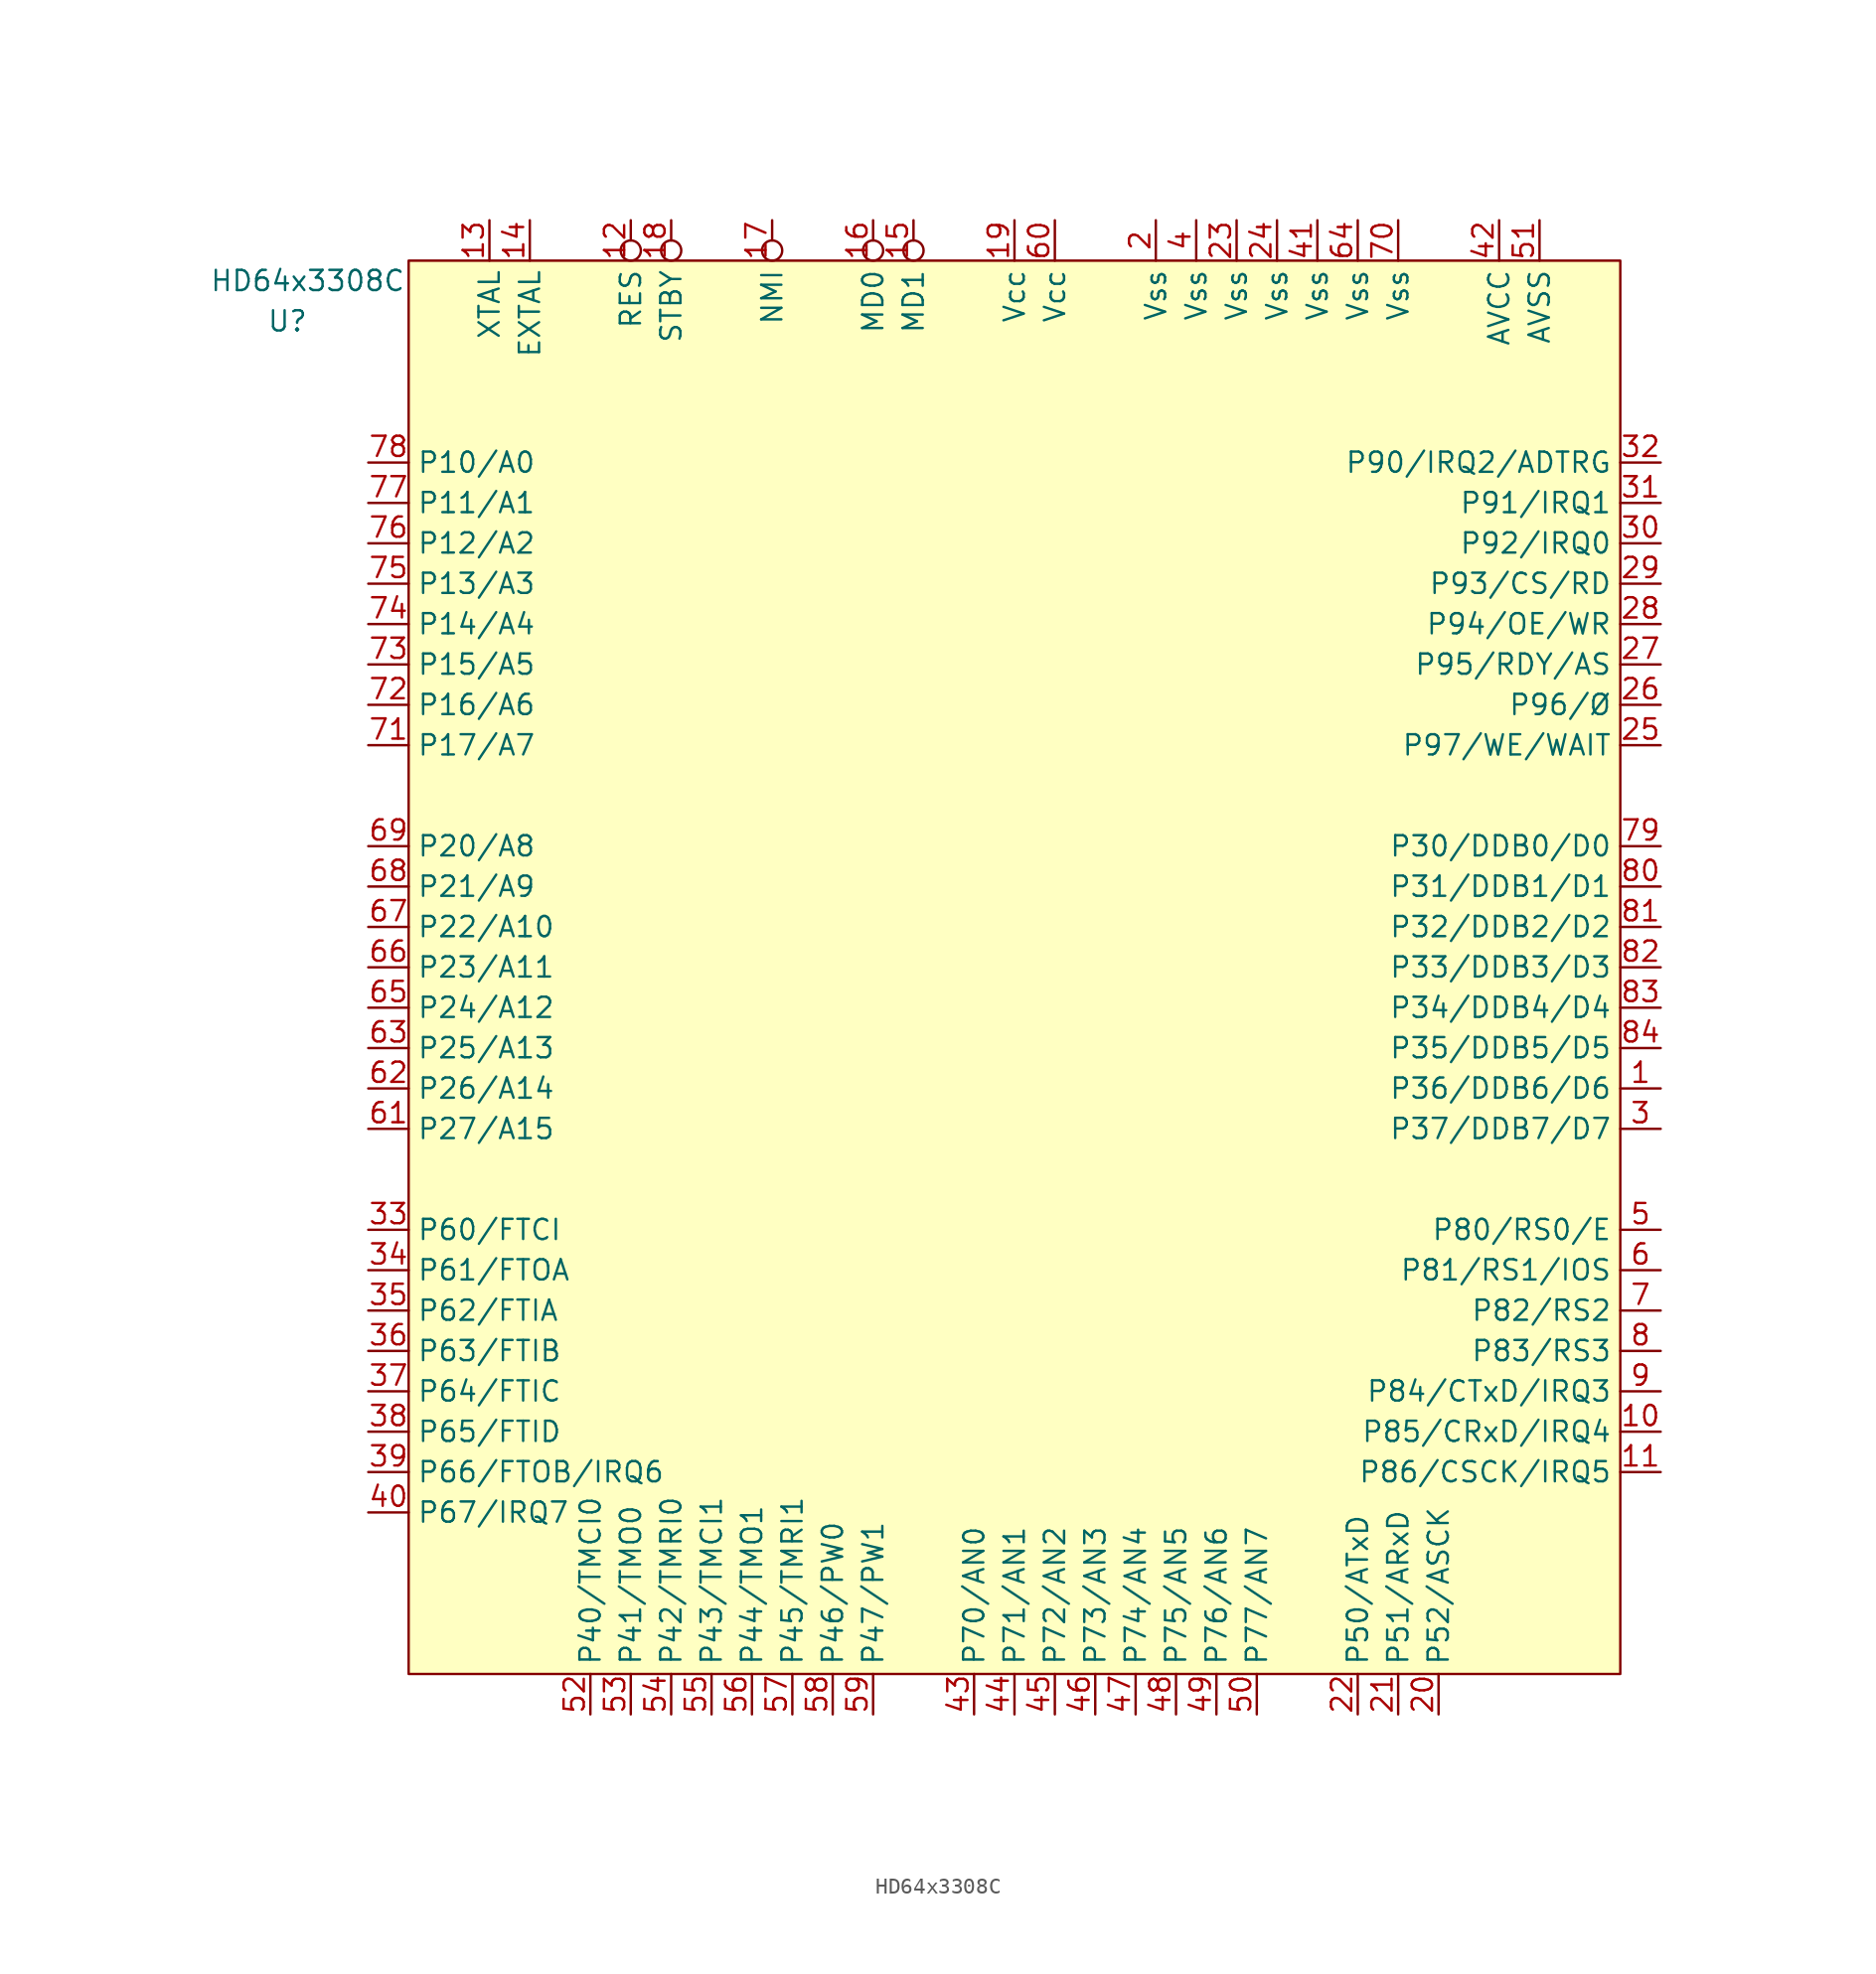
<source format=kicad_sym>
(kicad_symbol_lib
  (version 20220914)
  (generator kicad_symbol_editor)
  (symbol "HD64x3308C"
    (property "Reference" "U"
      (at -45.72 40.64 0)
      (effects (font (size 1.27 1.27))))
    (property "Value" "HD64x3308C"
      (at -44.45 43.18 0)
      (effects (font (size 1.27 1.27))))
    (symbol "HD64x3308C_0_1"
      (rectangle (start -38.1 44.45) (end 38.1 -44.45) (stroke (width 0) (type default)) (fill (type background))))
    (symbol "HD64x3308C_1_1"
      (pin input line (at 40.64 -7.62 180) (length 2.54) (name "P36/DDB6/D6" (effects (font (size 1.27 1.27)))) (number "1" (effects (font (size 1.27 1.27)))))
      (pin input line (at 40.64 -29.21 180) (length 2.54) (name "P85/CRxD/IRQ4" (effects (font (size 1.27 1.27)))) (number "10" (effects (font (size 1.27 1.27)))))
      (pin input line (at 40.64 -31.75 180) (length 2.54) (name "P86/CSCK/IRQ5" (effects (font (size 1.27 1.27)))) (number "11" (effects (font (size 1.27 1.27)))))
      (pin input inverted (at -24.13 46.99 270) (length 2.54) (name "RES" (effects (font (size 1.27 1.27)))) (number "12" (effects (font (size 1.27 1.27)))))
      (pin input line (at -33.02 46.99 270) (length 2.54) (name "XTAL" (effects (font (size 1.27 1.27)))) (number "13" (effects (font (size 1.27 1.27)))))
      (pin input line (at -30.48 46.99 270) (length 2.54) (name "EXTAL" (effects (font (size 1.27 1.27)))) (number "14" (effects (font (size 1.27 1.27)))))
      (pin input inverted (at -6.35 46.99 270) (length 2.54) (name "MD1" (effects (font (size 1.27 1.27)))) (number "15" (effects (font (size 1.27 1.27)))))
      (pin input inverted (at -8.89 46.99 270) (length 2.54) (name "MD0" (effects (font (size 1.27 1.27)))) (number "16" (effects (font (size 1.27 1.27)))))
      (pin input inverted (at -15.24 46.99 270) (length 2.54) (name "NMI" (effects (font (size 1.27 1.27)))) (number "17" (effects (font (size 1.27 1.27)))))
      (pin input inverted (at -21.59 46.99 270) (length 2.54) (name "STBY" (effects (font (size 1.27 1.27)))) (number "18" (effects (font (size 1.27 1.27)))))
      (pin power_in line (at 0 46.99 270) (length 2.54) (name "Vcc" (effects (font (size 1.27 1.27)))) (number "19" (effects (font (size 1.27 1.27)))))
      (pin power_in line (at 8.89 46.99 270) (length 2.54) (name "Vss" (effects (font (size 1.27 1.27)))) (number "2" (effects (font (size 1.27 1.27)))))
      (pin input line (at 26.67 -46.99 90) (length 2.54) (name "P52/ASCK" (effects (font (size 1.27 1.27)))) (number "20" (effects (font (size 1.27 1.27)))))
      (pin input line (at 24.13 -46.99 90) (length 2.54) (name "P51/ARxD" (effects (font (size 1.27 1.27)))) (number "21" (effects (font (size 1.27 1.27)))))
      (pin input line (at 21.59 -46.99 90) (length 2.54) (name "P50/ATxD" (effects (font (size 1.27 1.27)))) (number "22" (effects (font (size 1.27 1.27)))))
      (pin power_in line (at 13.97 46.99 270) (length 2.54) (name "Vss" (effects (font (size 1.27 1.27)))) (number "23" (effects (font (size 1.27 1.27)))))
      (pin power_in line (at 16.51 46.99 270) (length 2.54) (name "Vss" (effects (font (size 1.27 1.27)))) (number "24" (effects (font (size 1.27 1.27)))))
      (pin input line (at 40.64 13.97 180) (length 2.54) (name "P97/WE/WAIT" (effects (font (size 1.27 1.27)))) (number "25" (effects (font (size 1.27 1.27)))))
      (pin input line (at 40.64 16.51 180) (length 2.54) (name "P96/Ø" (effects (font (size 1.27 1.27)))) (number "26" (effects (font (size 1.27 1.27)))))
      (pin input line (at 40.64 19.05 180) (length 2.54) (name "P95/RDY/AS" (effects (font (size 1.27 1.27)))) (number "27" (effects (font (size 1.27 1.27)))))
      (pin input line (at 40.64 21.59 180) (length 2.54) (name "P94/OE/WR" (effects (font (size 1.27 1.27)))) (number "28" (effects (font (size 1.27 1.27)))))
      (pin input line (at 40.64 24.13 180) (length 2.54) (name "P93/CS/RD" (effects (font (size 1.27 1.27)))) (number "29" (effects (font (size 1.27 1.27)))))
      (pin input line (at 40.64 -10.16 180) (length 2.54) (name "P37/DDB7/D7" (effects (font (size 1.27 1.27)))) (number "3" (effects (font (size 1.27 1.27)))))
      (pin input line (at 40.64 26.67 180) (length 2.54) (name "P92/IRQ0" (effects (font (size 1.27 1.27)))) (number "30" (effects (font (size 1.27 1.27)))))
      (pin input line (at 40.64 29.21 180) (length 2.54) (name "P91/IRQ1" (effects (font (size 1.27 1.27)))) (number "31" (effects (font (size 1.27 1.27)))))
      (pin input line (at 40.64 31.75 180) (length 2.54) (name "P90/IRQ2/ADTRG" (effects (font (size 1.27 1.27)))) (number "32" (effects (font (size 1.27 1.27)))))
      (pin input line (at -40.64 -16.51 0) (length 2.54) (name "P60/FTCI" (effects (font (size 1.27 1.27)))) (number "33" (effects (font (size 1.27 1.27)))))
      (pin input line (at -40.64 -19.05 0) (length 2.54) (name "P61/FTOA" (effects (font (size 1.27 1.27)))) (number "34" (effects (font (size 1.27 1.27)))))
      (pin input line (at -40.64 -21.59 0) (length 2.54) (name "P62/FTIA" (effects (font (size 1.27 1.27)))) (number "35" (effects (font (size 1.27 1.27)))))
      (pin input line (at -40.64 -24.13 0) (length 2.54) (name "P63/FTIB" (effects (font (size 1.27 1.27)))) (number "36" (effects (font (size 1.27 1.27)))))
      (pin input line (at -40.64 -26.67 0) (length 2.54) (name "P64/FTIC" (effects (font (size 1.27 1.27)))) (number "37" (effects (font (size 1.27 1.27)))))
      (pin input line (at -40.64 -29.21 0) (length 2.54) (name "P65/FTID" (effects (font (size 1.27 1.27)))) (number "38" (effects (font (size 1.27 1.27)))))
      (pin input line (at -40.64 -31.75 0) (length 2.54) (name "P66/FTOB/IRQ6" (effects (font (size 1.27 1.27)))) (number "39" (effects (font (size 1.27 1.27)))))
      (pin power_in line (at 11.43 46.99 270) (length 2.54) (name "Vss" (effects (font (size 1.27 1.27)))) (number "4" (effects (font (size 1.27 1.27)))))
      (pin input line (at -40.64 -34.29 0) (length 2.54) (name "P67/IRQ7" (effects (font (size 1.27 1.27)))) (number "40" (effects (font (size 1.27 1.27)))))
      (pin power_in line (at 19.05 46.99 270) (length 2.54) (name "Vss" (effects (font (size 1.27 1.27)))) (number "41" (effects (font (size 1.27 1.27)))))
      (pin input line (at 30.48 46.99 270) (length 2.54) (name "AVCC" (effects (font (size 1.27 1.27)))) (number "42" (effects (font (size 1.27 1.27)))))
      (pin input line (at -2.54 -46.99 90) (length 2.54) (name "P70/AN0" (effects (font (size 1.27 1.27)))) (number "43" (effects (font (size 1.27 1.27)))))
      (pin input line (at 0 -46.99 90) (length 2.54) (name "P71/AN1" (effects (font (size 1.27 1.27)))) (number "44" (effects (font (size 1.27 1.27)))))
      (pin input line (at 2.54 -46.99 90) (length 2.54) (name "P72/AN2" (effects (font (size 1.27 1.27)))) (number "45" (effects (font (size 1.27 1.27)))))
      (pin input line (at 5.08 -46.99 90) (length 2.54) (name "P73/AN3" (effects (font (size 1.27 1.27)))) (number "46" (effects (font (size 1.27 1.27)))))
      (pin input line (at 7.62 -46.99 90) (length 2.54) (name "P74/AN4" (effects (font (size 1.27 1.27)))) (number "47" (effects (font (size 1.27 1.27)))))
      (pin input line (at 10.16 -46.99 90) (length 2.54) (name "P75/AN5" (effects (font (size 1.27 1.27)))) (number "48" (effects (font (size 1.27 1.27)))))
      (pin input line (at 12.7 -46.99 90) (length 2.54) (name "P76/AN6" (effects (font (size 1.27 1.27)))) (number "49" (effects (font (size 1.27 1.27)))))
      (pin input line (at 40.64 -16.51 180) (length 2.54) (name "P80/RS0/E" (effects (font (size 1.27 1.27)))) (number "5" (effects (font (size 1.27 1.27)))))
      (pin input line (at 15.24 -46.99 90) (length 2.54) (name "P77/AN7" (effects (font (size 1.27 1.27)))) (number "50" (effects (font (size 1.27 1.27)))))
      (pin input line (at 33.02 46.99 270) (length 2.54) (name "AVSS" (effects (font (size 1.27 1.27)))) (number "51" (effects (font (size 1.27 1.27)))))
      (pin input line (at -26.67 -46.99 90) (length 2.54) (name "P40/TMCI0" (effects (font (size 1.27 1.27)))) (number "52" (effects (font (size 1.27 1.27)))))
      (pin input line (at -24.13 -46.99 90) (length 2.54) (name "P41/TMO0" (effects (font (size 1.27 1.27)))) (number "53" (effects (font (size 1.27 1.27)))))
      (pin input line (at -21.59 -46.99 90) (length 2.54) (name "P42/TMRI0" (effects (font (size 1.27 1.27)))) (number "54" (effects (font (size 1.27 1.27)))))
      (pin input line (at -19.05 -46.99 90) (length 2.54) (name "P43/TMCI1" (effects (font (size 1.27 1.27)))) (number "55" (effects (font (size 1.27 1.27)))))
      (pin input line (at -16.51 -46.99 90) (length 2.54) (name "P44/TMO1" (effects (font (size 1.27 1.27)))) (number "56" (effects (font (size 1.27 1.27)))))
      (pin input line (at -13.97 -46.99 90) (length 2.54) (name "P45/TMRI1" (effects (font (size 1.27 1.27)))) (number "57" (effects (font (size 1.27 1.27)))))
      (pin input line (at -11.43 -46.99 90) (length 2.54) (name "P46/PW0" (effects (font (size 1.27 1.27)))) (number "58" (effects (font (size 1.27 1.27)))))
      (pin input line (at -8.89 -46.99 90) (length 2.54) (name "P47/PW1" (effects (font (size 1.27 1.27)))) (number "59" (effects (font (size 1.27 1.27)))))
      (pin input line (at 40.64 -19.05 180) (length 2.54) (name "P81/RS1/IOS" (effects (font (size 1.27 1.27)))) (number "6" (effects (font (size 1.27 1.27)))))
      (pin power_in line (at 2.54 46.99 270) (length 2.54) (name "Vcc" (effects (font (size 1.27 1.27)))) (number "60" (effects (font (size 1.27 1.27)))))
      (pin input line (at -40.64 -10.16 0) (length 2.54) (name "P27/A15" (effects (font (size 1.27 1.27)))) (number "61" (effects (font (size 1.27 1.27)))))
      (pin input line (at -40.64 -7.62 0) (length 2.54) (name "P26/A14" (effects (font (size 1.27 1.27)))) (number "62" (effects (font (size 1.27 1.27)))))
      (pin input line (at -40.64 -5.08 0) (length 2.54) (name "P25/A13" (effects (font (size 1.27 1.27)))) (number "63" (effects (font (size 1.27 1.27)))))
      (pin power_in line (at 21.59 46.99 270) (length 2.54) (name "Vss" (effects (font (size 1.27 1.27)))) (number "64" (effects (font (size 1.27 1.27)))))
      (pin input line (at -40.64 -2.54 0) (length 2.54) (name "P24/A12" (effects (font (size 1.27 1.27)))) (number "65" (effects (font (size 1.27 1.27)))))
      (pin input line (at -40.64 0 0) (length 2.54) (name "P23/A11" (effects (font (size 1.27 1.27)))) (number "66" (effects (font (size 1.27 1.27)))))
      (pin input line (at -40.64 2.54 0) (length 2.54) (name "P22/A10" (effects (font (size 1.27 1.27)))) (number "67" (effects (font (size 1.27 1.27)))))
      (pin input line (at -40.64 5.08 0) (length 2.54) (name "P21/A9" (effects (font (size 1.27 1.27)))) (number "68" (effects (font (size 1.27 1.27)))))
      (pin input line (at -40.64 7.62 0) (length 2.54) (name "P20/A8" (effects (font (size 1.27 1.27)))) (number "69" (effects (font (size 1.27 1.27)))))
      (pin input line (at 40.64 -21.59 180) (length 2.54) (name "P82/RS2" (effects (font (size 1.27 1.27)))) (number "7" (effects (font (size 1.27 1.27)))))
      (pin power_in line (at 24.13 46.99 270) (length 2.54) (name "Vss" (effects (font (size 1.27 1.27)))) (number "70" (effects (font (size 1.27 1.27)))))
      (pin input line (at -40.64 13.97 0) (length 2.54) (name "P17/A7" (effects (font (size 1.27 1.27)))) (number "71" (effects (font (size 1.27 1.27)))))
      (pin input line (at -40.64 16.51 0) (length 2.54) (name "P16/A6" (effects (font (size 1.27 1.27)))) (number "72" (effects (font (size 1.27 1.27)))))
      (pin input line (at -40.64 19.05 0) (length 2.54) (name "P15/A5" (effects (font (size 1.27 1.27)))) (number "73" (effects (font (size 1.27 1.27)))))
      (pin input line (at -40.64 21.59 0) (length 2.54) (name "P14/A4" (effects (font (size 1.27 1.27)))) (number "74" (effects (font (size 1.27 1.27)))))
      (pin input line (at -40.64 24.13 0) (length 2.54) (name "P13/A3" (effects (font (size 1.27 1.27)))) (number "75" (effects (font (size 1.27 1.27)))))
      (pin input line (at -40.64 26.67 0) (length 2.54) (name "P12/A2" (effects (font (size 1.27 1.27)))) (number "76" (effects (font (size 1.27 1.27)))))
      (pin input line (at -40.64 29.21 0) (length 2.54) (name "P11/A1" (effects (font (size 1.27 1.27)))) (number "77" (effects (font (size 1.27 1.27)))))
      (pin input line (at -40.64 31.75 0) (length 2.54) (name "P10/A0" (effects (font (size 1.27 1.27)))) (number "78" (effects (font (size 1.27 1.27)))))
      (pin input line (at 40.64 7.62 180) (length 2.54) (name "P30/DDB0/D0" (effects (font (size 1.27 1.27)))) (number "79" (effects (font (size 1.27 1.27)))))
      (pin input line (at 40.64 -24.13 180) (length 2.54) (name "P83/RS3" (effects (font (size 1.27 1.27)))) (number "8" (effects (font (size 1.27 1.27)))))
      (pin input line (at 40.64 5.08 180) (length 2.54) (name "P31/DDB1/D1" (effects (font (size 1.27 1.27)))) (number "80" (effects (font (size 1.27 1.27)))))
      (pin input line (at 40.64 2.54 180) (length 2.54) (name "P32/DDB2/D2" (effects (font (size 1.27 1.27)))) (number "81" (effects (font (size 1.27 1.27)))))
      (pin input line (at 40.64 0 180) (length 2.54) (name "P33/DDB3/D3" (effects (font (size 1.27 1.27)))) (number "82" (effects (font (size 1.27 1.27)))))
      (pin input line (at 40.64 -2.54 180) (length 2.54) (name "P34/DDB4/D4" (effects (font (size 1.27 1.27)))) (number "83" (effects (font (size 1.27 1.27)))))
      (pin input line (at 40.64 -5.08 180) (length 2.54) (name "P35/DDB5/D5" (effects (font (size 1.27 1.27)))) (number "84" (effects (font (size 1.27 1.27)))))
      (pin input line (at 40.64 -26.67 180) (length 2.54) (name "P84/CTxD/IRQ3" (effects (font (size 1.27 1.27)))) (number "9" (effects (font (size 1.27 1.27))))))))
</source>
